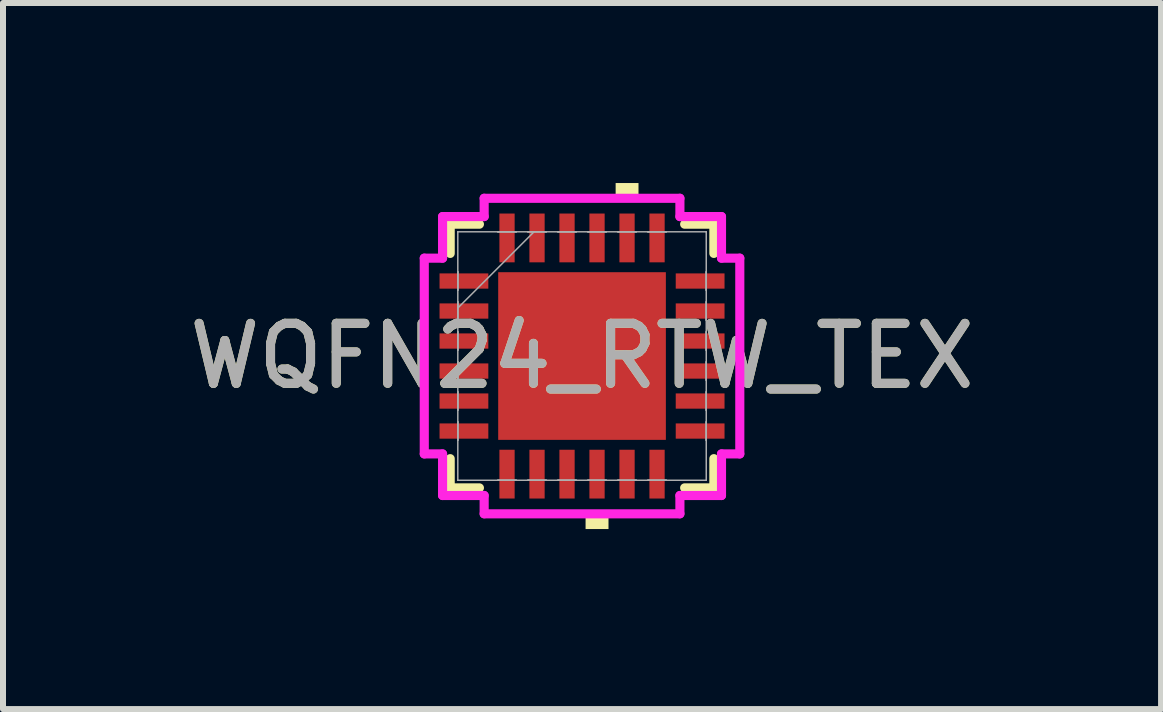
<source format=kicad_pcb>
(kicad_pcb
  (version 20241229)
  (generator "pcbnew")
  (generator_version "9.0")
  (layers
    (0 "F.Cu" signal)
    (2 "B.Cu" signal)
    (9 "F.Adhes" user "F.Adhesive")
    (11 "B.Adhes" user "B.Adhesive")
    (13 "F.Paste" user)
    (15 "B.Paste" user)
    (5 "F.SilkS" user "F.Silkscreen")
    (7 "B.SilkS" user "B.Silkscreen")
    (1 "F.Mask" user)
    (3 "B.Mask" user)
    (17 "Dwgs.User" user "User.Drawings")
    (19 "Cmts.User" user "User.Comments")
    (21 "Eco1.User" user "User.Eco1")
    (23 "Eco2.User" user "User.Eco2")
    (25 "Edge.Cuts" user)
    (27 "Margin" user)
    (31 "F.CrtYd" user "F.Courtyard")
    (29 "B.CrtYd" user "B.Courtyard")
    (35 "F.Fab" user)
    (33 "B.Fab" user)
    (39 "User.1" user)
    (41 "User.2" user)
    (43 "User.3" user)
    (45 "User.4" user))
  (footprint "WQFN24_RTW_TEX"
    (layer "F.Cu")
    (at 6.649 2.883)
    (property "Reference" "WQFN24_RTW_TEX" (at 0 0 0) (unlocked yes) (layer "F.SilkS") (effects (font (size 1 1) (thickness 0.15))))
    (attr smd)
    (fp_line (start -2.197 -2.197) (end -2.197 -1.71) (stroke (width 0.152) (type solid)) (layer "F.SilkS"))
    (fp_line (start -2.197 1.71) (end -2.197 2.197) (stroke (width 0.152) (type solid)) (layer "F.SilkS"))
    (fp_line (start -2.197 2.197) (end -1.71 2.197) (stroke (width 0.152) (type solid)) (layer "F.SilkS"))
    (fp_line (start -1.71 -2.197) (end -2.197 -2.197) (stroke (width 0.152) (type solid)) (layer "F.SilkS"))
    (fp_line (start 1.71 2.197) (end 2.197 2.197) (stroke (width 0.152) (type solid)) (layer "F.SilkS"))
    (fp_line (start 2.197 -2.197) (end 1.71 -2.197) (stroke (width 0.152) (type solid)) (layer "F.SilkS"))
    (fp_line (start 2.197 -1.71) (end 2.197 -2.197) (stroke (width 0.152) (type solid)) (layer "F.SilkS"))
    (fp_line (start 2.197 2.197) (end 2.197 1.71) (stroke (width 0.152) (type solid)) (layer "F.SilkS"))
    (fp_poly (pts (xy 0.059 2.629) (xy 0.059 2.883) (xy 0.441 2.883) (xy 0.441 2.629)) (stroke (width 0) (type solid)) (fill yes) (layer "F.SilkS"))
    (fp_poly (pts (xy 0.56 -2.629) (xy 0.56 -2.883) (xy 0.941 -2.883) (xy 0.941 -2.629)) (stroke (width 0) (type solid)) (fill yes) (layer "F.SilkS"))
    (fp_poly (pts (xy -1.297 -1.297) (xy -1.297 -0.1) (xy -0.1 -0.1) (xy -0.1 -1.297)) (stroke (width 0) (type solid)) (fill yes) (layer "F.Paste"))
    (fp_poly (pts (xy -1.297 0.1) (xy -1.297 1.297) (xy -0.1 1.297) (xy -0.1 0.1)) (stroke (width 0) (type solid)) (fill yes) (layer "F.Paste"))
    (fp_poly (pts (xy 0.1 -1.297) (xy 0.1 -0.1) (xy 1.297 -0.1) (xy 1.297 -1.297)) (stroke (width 0) (type solid)) (fill yes) (layer "F.Paste"))
    (fp_poly (pts (xy 0.1 0.1) (xy 0.1 1.297) (xy 1.297 1.297) (xy 1.297 0.1)) (stroke (width 0) (type solid)) (fill yes) (layer "F.Paste"))
    (fp_line (start -2.629 -1.631) (end -2.324 -1.631) (stroke (width 0.152) (type solid)) (layer "F.CrtYd"))
    (fp_line (start -2.629 1.631) (end -2.629 -1.631) (stroke (width 0.152) (type solid)) (layer "F.CrtYd"))
    (fp_line (start -2.324 -2.324) (end -1.631 -2.324) (stroke (width 0.152) (type solid)) (layer "F.CrtYd"))
    (fp_line (start -2.324 -1.631) (end -2.324 -2.324) (stroke (width 0.152) (type solid)) (layer "F.CrtYd"))
    (fp_line (start -2.324 1.631) (end -2.629 1.631) (stroke (width 0.152) (type solid)) (layer "F.CrtYd"))
    (fp_line (start -2.324 2.324) (end -2.324 1.631) (stroke (width 0.152) (type solid)) (layer "F.CrtYd"))
    (fp_line (start -1.631 -2.629) (end 1.631 -2.629) (stroke (width 0.152) (type solid)) (layer "F.CrtYd"))
    (fp_line (start -1.631 -2.324) (end -1.631 -2.629) (stroke (width 0.152) (type solid)) (layer "F.CrtYd"))
    (fp_line (start -1.631 2.324) (end -2.324 2.324) (stroke (width 0.152) (type solid)) (layer "F.CrtYd"))
    (fp_line (start -1.631 2.629) (end -1.631 2.324) (stroke (width 0.152) (type solid)) (layer "F.CrtYd"))
    (fp_line (start 1.631 -2.629) (end 1.631 -2.324) (stroke (width 0.152) (type solid)) (layer "F.CrtYd"))
    (fp_line (start 1.631 -2.324) (end 2.324 -2.324) (stroke (width 0.152) (type solid)) (layer "F.CrtYd"))
    (fp_line (start 1.631 2.324) (end 1.631 2.629) (stroke (width 0.152) (type solid)) (layer "F.CrtYd"))
    (fp_line (start 1.631 2.629) (end -1.631 2.629) (stroke (width 0.152) (type solid)) (layer "F.CrtYd"))
    (fp_line (start 2.324 -2.324) (end 2.324 -1.631) (stroke (width 0.152) (type solid)) (layer "F.CrtYd"))
    (fp_line (start 2.324 -1.631) (end 2.629 -1.631) (stroke (width 0.152) (type solid)) (layer "F.CrtYd"))
    (fp_line (start 2.324 1.631) (end 2.324 2.324) (stroke (width 0.152) (type solid)) (layer "F.CrtYd"))
    (fp_line (start 2.324 2.324) (end 1.631 2.324) (stroke (width 0.152) (type solid)) (layer "F.CrtYd"))
    (fp_line (start 2.629 -1.631) (end 2.629 1.631) (stroke (width 0.152) (type solid)) (layer "F.CrtYd"))
    (fp_line (start 2.629 1.631) (end 2.324 1.631) (stroke (width 0.152) (type solid)) (layer "F.CrtYd"))
    (fp_line (start -2.07 -2.07) (end -2.07 -2.07) (stroke (width 0.025) (type solid)) (layer "F.Fab"))
    (fp_line (start -2.07 -2.07) (end -2.07 2.07) (stroke (width 0.025) (type solid)) (layer "F.Fab"))
    (fp_line (start -2.07 -1.402) (end -2.07 -1.402) (stroke (width 0.025) (type solid)) (layer "F.Fab"))
    (fp_line (start -2.07 -1.402) (end -2.07 -1.098) (stroke (width 0.025) (type solid)) (layer "F.Fab"))
    (fp_line (start -2.07 -1.098) (end -2.07 -1.402) (stroke (width 0.025) (type solid)) (layer "F.Fab"))
    (fp_line (start -2.07 -1.098) (end -2.07 -1.098) (stroke (width 0.025) (type solid)) (layer "F.Fab"))
    (fp_line (start -2.07 -0.902) (end -2.07 -0.902) (stroke (width 0.025) (type solid)) (layer "F.Fab"))
    (fp_line (start -2.07 -0.902) (end -2.07 -0.598) (stroke (width 0.025) (type solid)) (layer "F.Fab"))
    (fp_line (start -2.07 -0.8) (end -0.8 -2.07) (stroke (width 0.025) (type solid)) (layer "F.Fab"))
    (fp_line (start -2.07 -0.598) (end -2.07 -0.902) (stroke (width 0.025) (type solid)) (layer "F.Fab"))
    (fp_line (start -2.07 -0.598) (end -2.07 -0.598) (stroke (width 0.025) (type solid)) (layer "F.Fab"))
    (fp_line (start -2.07 -0.402) (end -2.07 -0.402) (stroke (width 0.025) (type solid)) (layer "F.Fab"))
    (fp_line (start -2.07 -0.402) (end -2.07 -0.098) (stroke (width 0.025) (type solid)) (layer "F.Fab"))
    (fp_line (start -2.07 -0.098) (end -2.07 -0.402) (stroke (width 0.025) (type solid)) (layer "F.Fab"))
    (fp_line (start -2.07 -0.098) (end -2.07 -0.098) (stroke (width 0.025) (type solid)) (layer "F.Fab"))
    (fp_line (start -2.07 0.098) (end -2.07 0.098) (stroke (width 0.025) (type solid)) (layer "F.Fab"))
    (fp_line (start -2.07 0.098) (end -2.07 0.402) (stroke (width 0.025) (type solid)) (layer "F.Fab"))
    (fp_line (start -2.07 0.402) (end -2.07 0.098) (stroke (width 0.025) (type solid)) (layer "F.Fab"))
    (fp_line (start -2.07 0.402) (end -2.07 0.402) (stroke (width 0.025) (type solid)) (layer "F.Fab"))
    (fp_line (start -2.07 0.598) (end -2.07 0.598) (stroke (width 0.025) (type solid)) (layer "F.Fab"))
    (fp_line (start -2.07 0.598) (end -2.07 0.902) (stroke (width 0.025) (type solid)) (layer "F.Fab"))
    (fp_line (start -2.07 0.902) (end -2.07 0.598) (stroke (width 0.025) (type solid)) (layer "F.Fab"))
    (fp_line (start -2.07 0.902) (end -2.07 0.902) (stroke (width 0.025) (type solid)) (layer "F.Fab"))
    (fp_line (start -2.07 1.098) (end -2.07 1.098) (stroke (width 0.025) (type solid)) (layer "F.Fab"))
    (fp_line (start -2.07 1.098) (end -2.07 1.402) (stroke (width 0.025) (type solid)) (layer "F.Fab"))
    (fp_line (start -2.07 1.402) (end -2.07 1.098) (stroke (width 0.025) (type solid)) (layer "F.Fab"))
    (fp_line (start -2.07 1.402) (end -2.07 1.402) (stroke (width 0.025) (type solid)) (layer "F.Fab"))
    (fp_line (start -2.07 2.07) (end -2.07 2.07) (stroke (width 0.025) (type solid)) (layer "F.Fab"))
    (fp_line (start -2.07 2.07) (end 2.07 2.07) (stroke (width 0.025) (type solid)) (layer "F.Fab"))
    (fp_line (start -1.402 -2.07) (end -1.402 -2.07) (stroke (width 0.025) (type solid)) (layer "F.Fab"))
    (fp_line (start -1.402 -2.07) (end -1.098 -2.07) (stroke (width 0.025) (type solid)) (layer "F.Fab"))
    (fp_line (start -1.402 2.07) (end -1.402 2.07) (stroke (width 0.025) (type solid)) (layer "F.Fab"))
    (fp_line (start -1.402 2.07) (end -1.098 2.07) (stroke (width 0.025) (type solid)) (layer "F.Fab"))
    (fp_line (start -1.098 -2.07) (end -1.402 -2.07) (stroke (width 0.025) (type solid)) (layer "F.Fab"))
    (fp_line (start -1.098 -2.07) (end -1.098 -2.07) (stroke (width 0.025) (type solid)) (layer "F.Fab"))
    (fp_line (start -1.098 2.07) (end -1.402 2.07) (stroke (width 0.025) (type solid)) (layer "F.Fab"))
    (fp_line (start -1.098 2.07) (end -1.098 2.07) (stroke (width 0.025) (type solid)) (layer "F.Fab"))
    (fp_line (start -0.902 -2.07) (end -0.902 -2.07) (stroke (width 0.025) (type solid)) (layer "F.Fab"))
    (fp_line (start -0.902 -2.07) (end -0.598 -2.07) (stroke (width 0.025) (type solid)) (layer "F.Fab"))
    (fp_line (start -0.902 2.07) (end -0.902 2.07) (stroke (width 0.025) (type solid)) (layer "F.Fab"))
    (fp_line (start -0.902 2.07) (end -0.598 2.07) (stroke (width 0.025) (type solid)) (layer "F.Fab"))
    (fp_line (start -0.598 -2.07) (end -0.902 -2.07) (stroke (width 0.025) (type solid)) (layer "F.Fab"))
    (fp_line (start -0.598 -2.07) (end -0.598 -2.07) (stroke (width 0.025) (type solid)) (layer "F.Fab"))
    (fp_line (start -0.598 2.07) (end -0.902 2.07) (stroke (width 0.025) (type solid)) (layer "F.Fab"))
    (fp_line (start -0.598 2.07) (end -0.598 2.07) (stroke (width 0.025) (type solid)) (layer "F.Fab"))
    (fp_line (start -0.402 -2.07) (end -0.402 -2.07) (stroke (width 0.025) (type solid)) (layer "F.Fab"))
    (fp_line (start -0.402 -2.07) (end -0.098 -2.07) (stroke (width 0.025) (type solid)) (layer "F.Fab"))
    (fp_line (start -0.402 2.07) (end -0.402 2.07) (stroke (width 0.025) (type solid)) (layer "F.Fab"))
    (fp_line (start -0.402 2.07) (end -0.098 2.07) (stroke (width 0.025) (type solid)) (layer "F.Fab"))
    (fp_line (start -0.098 -2.07) (end -0.402 -2.07) (stroke (width 0.025) (type solid)) (layer "F.Fab"))
    (fp_line (start -0.098 -2.07) (end -0.098 -2.07) (stroke (width 0.025) (type solid)) (layer "F.Fab"))
    (fp_line (start -0.098 2.07) (end -0.402 2.07) (stroke (width 0.025) (type solid)) (layer "F.Fab"))
    (fp_line (start -0.098 2.07) (end -0.098 2.07) (stroke (width 0.025) (type solid)) (layer "F.Fab"))
    (fp_line (start 0.098 -2.07) (end 0.098 -2.07) (stroke (width 0.025) (type solid)) (layer "F.Fab"))
    (fp_line (start 0.098 -2.07) (end 0.402 -2.07) (stroke (width 0.025) (type solid)) (layer "F.Fab"))
    (fp_line (start 0.098 2.07) (end 0.098 2.07) (stroke (width 0.025) (type solid)) (layer "F.Fab"))
    (fp_line (start 0.098 2.07) (end 0.402 2.07) (stroke (width 0.025) (type solid)) (layer "F.Fab"))
    (fp_line (start 0.402 -2.07) (end 0.098 -2.07) (stroke (width 0.025) (type solid)) (layer "F.Fab"))
    (fp_line (start 0.402 -2.07) (end 0.402 -2.07) (stroke (width 0.025) (type solid)) (layer "F.Fab"))
    (fp_line (start 0.402 2.07) (end 0.098 2.07) (stroke (width 0.025) (type solid)) (layer "F.Fab"))
    (fp_line (start 0.402 2.07) (end 0.402 2.07) (stroke (width 0.025) (type solid)) (layer "F.Fab"))
    (fp_line (start 0.598 -2.07) (end 0.598 -2.07) (stroke (width 0.025) (type solid)) (layer "F.Fab"))
    (fp_line (start 0.598 -2.07) (end 0.902 -2.07) (stroke (width 0.025) (type solid)) (layer "F.Fab"))
    (fp_line (start 0.598 2.07) (end 0.598 2.07) (stroke (width 0.025) (type solid)) (layer "F.Fab"))
    (fp_line (start 0.598 2.07) (end 0.902 2.07) (stroke (width 0.025) (type solid)) (layer "F.Fab"))
    (fp_line (start 0.902 -2.07) (end 0.598 -2.07) (stroke (width 0.025) (type solid)) (layer "F.Fab"))
    (fp_line (start 0.902 -2.07) (end 0.902 -2.07) (stroke (width 0.025) (type solid)) (layer "F.Fab"))
    (fp_line (start 0.902 2.07) (end 0.598 2.07) (stroke (width 0.025) (type solid)) (layer "F.Fab"))
    (fp_line (start 0.902 2.07) (end 0.902 2.07) (stroke (width 0.025) (type solid)) (layer "F.Fab"))
    (fp_line (start 1.098 -2.07) (end 1.098 -2.07) (stroke (width 0.025) (type solid)) (layer "F.Fab"))
    (fp_line (start 1.098 -2.07) (end 1.402 -2.07) (stroke (width 0.025) (type solid)) (layer "F.Fab"))
    (fp_line (start 1.098 2.07) (end 1.098 2.07) (stroke (width 0.025) (type solid)) (layer "F.Fab"))
    (fp_line (start 1.098 2.07) (end 1.402 2.07) (stroke (width 0.025) (type solid)) (layer "F.Fab"))
    (fp_line (start 1.402 -2.07) (end 1.098 -2.07) (stroke (width 0.025) (type solid)) (layer "F.Fab"))
    (fp_line (start 1.402 -2.07) (end 1.402 -2.07) (stroke (width 0.025) (type solid)) (layer "F.Fab"))
    (fp_line (start 1.402 2.07) (end 1.098 2.07) (stroke (width 0.025) (type solid)) (layer "F.Fab"))
    (fp_line (start 1.402 2.07) (end 1.402 2.07) (stroke (width 0.025) (type solid)) (layer "F.Fab"))
    (fp_line (start 2.07 -2.07) (end -2.07 -2.07) (stroke (width 0.025) (type solid)) (layer "F.Fab"))
    (fp_line (start 2.07 -2.07) (end 2.07 -2.07) (stroke (width 0.025) (type solid)) (layer "F.Fab"))
    (fp_line (start 2.07 -1.402) (end 2.07 -1.402) (stroke (width 0.025) (type solid)) (layer "F.Fab"))
    (fp_line (start 2.07 -1.402) (end 2.07 -1.098) (stroke (width 0.025) (type solid)) (layer "F.Fab"))
    (fp_line (start 2.07 -1.098) (end 2.07 -1.402) (stroke (width 0.025) (type solid)) (layer "F.Fab"))
    (fp_line (start 2.07 -1.098) (end 2.07 -1.098) (stroke (width 0.025) (type solid)) (layer "F.Fab"))
    (fp_line (start 2.07 -0.902) (end 2.07 -0.902) (stroke (width 0.025) (type solid)) (layer "F.Fab"))
    (fp_line (start 2.07 -0.902) (end 2.07 -0.598) (stroke (width 0.025) (type solid)) (layer "F.Fab"))
    (fp_line (start 2.07 -0.598) (end 2.07 -0.902) (stroke (width 0.025) (type solid)) (layer "F.Fab"))
    (fp_line (start 2.07 -0.598) (end 2.07 -0.598) (stroke (width 0.025) (type solid)) (layer "F.Fab"))
    (fp_line (start 2.07 -0.402) (end 2.07 -0.402) (stroke (width 0.025) (type solid)) (layer "F.Fab"))
    (fp_line (start 2.07 -0.402) (end 2.07 -0.098) (stroke (width 0.025) (type solid)) (layer "F.Fab"))
    (fp_line (start 2.07 -0.098) (end 2.07 -0.402) (stroke (width 0.025) (type solid)) (layer "F.Fab"))
    (fp_line (start 2.07 -0.098) (end 2.07 -0.098) (stroke (width 0.025) (type solid)) (layer "F.Fab"))
    (fp_line (start 2.07 0.098) (end 2.07 0.098) (stroke (width 0.025) (type solid)) (layer "F.Fab"))
    (fp_line (start 2.07 0.098) (end 2.07 0.402) (stroke (width 0.025) (type solid)) (layer "F.Fab"))
    (fp_line (start 2.07 0.402) (end 2.07 0.098) (stroke (width 0.025) (type solid)) (layer "F.Fab"))
    (fp_line (start 2.07 0.402) (end 2.07 0.402) (stroke (width 0.025) (type solid)) (layer "F.Fab"))
    (fp_line (start 2.07 0.598) (end 2.07 0.598) (stroke (width 0.025) (type solid)) (layer "F.Fab"))
    (fp_line (start 2.07 0.598) (end 2.07 0.902) (stroke (width 0.025) (type solid)) (layer "F.Fab"))
    (fp_line (start 2.07 0.902) (end 2.07 0.598) (stroke (width 0.025) (type solid)) (layer "F.Fab"))
    (fp_line (start 2.07 0.902) (end 2.07 0.902) (stroke (width 0.025) (type solid)) (layer "F.Fab"))
    (fp_line (start 2.07 1.098) (end 2.07 1.098) (stroke (width 0.025) (type solid)) (layer "F.Fab"))
    (fp_line (start 2.07 1.098) (end 2.07 1.402) (stroke (width 0.025) (type solid)) (layer "F.Fab"))
    (fp_line (start 2.07 1.402) (end 2.07 1.098) (stroke (width 0.025) (type solid)) (layer "F.Fab"))
    (fp_line (start 2.07 1.402) (end 2.07 1.402) (stroke (width 0.025) (type solid)) (layer "F.Fab"))
    (fp_line (start 2.07 2.07) (end 2.07 -2.07) (stroke (width 0.025) (type solid)) (layer "F.Fab"))
    (fp_line (start 2.07 2.07) (end 2.07 2.07) (stroke (width 0.025) (type solid)) (layer "F.Fab"))
    (fp_text user "${REFERENCE}" (at 0 0 0) (unlocked yes) (layer "F.Fab") (effects (font (size 1 1) (thickness 0.15))))
    (pad "1" smd rect (at -1.968 -1.25 90) (size 0.254 0.813) (layers "F.Cu" "F.Mask" "F.Paste"))
    (pad "2" smd rect (at -1.968 -0.75 90) (size 0.254 0.813) (layers "F.Cu" "F.Mask" "F.Paste"))
    (pad "3" smd rect (at -1.968 -0.25 90) (size 0.254 0.813) (layers "F.Cu" "F.Mask" "F.Paste"))
    (pad "4" smd rect (at -1.968 0.25 90) (size 0.254 0.813) (layers "F.Cu" "F.Mask" "F.Paste"))
    (pad "5" smd rect (at -1.968 0.75 90) (size 0.254 0.813) (layers "F.Cu" "F.Mask" "F.Paste"))
    (pad "6" smd rect (at -1.968 1.25 90) (size 0.254 0.813) (layers "F.Cu" "F.Mask" "F.Paste"))
    (pad "7" smd rect (at -1.25 1.968) (size 0.254 0.813) (layers "F.Cu" "F.Mask" "F.Paste"))
    (pad "8" smd rect (at -0.75 1.968) (size 0.254 0.813) (layers "F.Cu" "F.Mask" "F.Paste"))
    (pad "9" smd rect (at -0.25 1.968) (size 0.254 0.813) (layers "F.Cu" "F.Mask" "F.Paste"))
    (pad "10" smd rect (at 0.25 1.968) (size 0.254 0.813) (layers "F.Cu" "F.Mask" "F.Paste"))
    (pad "11" smd rect (at 0.75 1.968) (size 0.254 0.813) (layers "F.Cu" "F.Mask" "F.Paste"))
    (pad "12" smd rect (at 1.25 1.968) (size 0.254 0.813) (layers "F.Cu" "F.Mask" "F.Paste"))
    (pad "13" smd rect (at 1.968 1.25 90) (size 0.254 0.813) (layers "F.Cu" "F.Mask" "F.Paste"))
    (pad "14" smd rect (at 1.968 0.75 90) (size 0.254 0.813) (layers "F.Cu" "F.Mask" "F.Paste"))
    (pad "15" smd rect (at 1.968 0.25 90) (size 0.254 0.813) (layers "F.Cu" "F.Mask" "F.Paste"))
    (pad "16" smd rect (at 1.968 -0.25 90) (size 0.254 0.813) (layers "F.Cu" "F.Mask" "F.Paste"))
    (pad "17" smd rect (at 1.968 -0.75 90) (size 0.254 0.813) (layers "F.Cu" "F.Mask" "F.Paste"))
    (pad "18" smd rect (at 1.968 -1.25 90) (size 0.254 0.813) (layers "F.Cu" "F.Mask" "F.Paste"))
    (pad "19" smd rect (at 1.25 -1.968) (size 0.254 0.813) (layers "F.Cu" "F.Mask" "F.Paste"))
    (pad "20" smd rect (at 0.75 -1.968) (size 0.254 0.813) (layers "F.Cu" "F.Mask" "F.Paste"))
    (pad "21" smd rect (at 0.25 -1.968) (size 0.254 0.813) (layers "F.Cu" "F.Mask" "F.Paste"))
    (pad "22" smd rect (at -0.25 -1.968) (size 0.254 0.813) (layers "F.Cu" "F.Mask" "F.Paste"))
    (pad "23" smd rect (at -0.75 -1.968) (size 0.254 0.813) (layers "F.Cu" "F.Mask" "F.Paste"))
    (pad "24" smd rect (at -1.25 -1.968) (size 0.254 0.813) (layers "F.Cu" "F.Mask" "F.Paste"))
    (pad "25" smd rect (at 0 0) (size 2.794 2.794) (layers "F.Cu" "F.Mask" "F.Paste")))
  (gr_rect
    (start -3 -3)
    (end 16.298 8.766)
    (stroke (width 0.1) (type default))
    (fill no)
    (layer "Edge.Cuts")))
</source>
